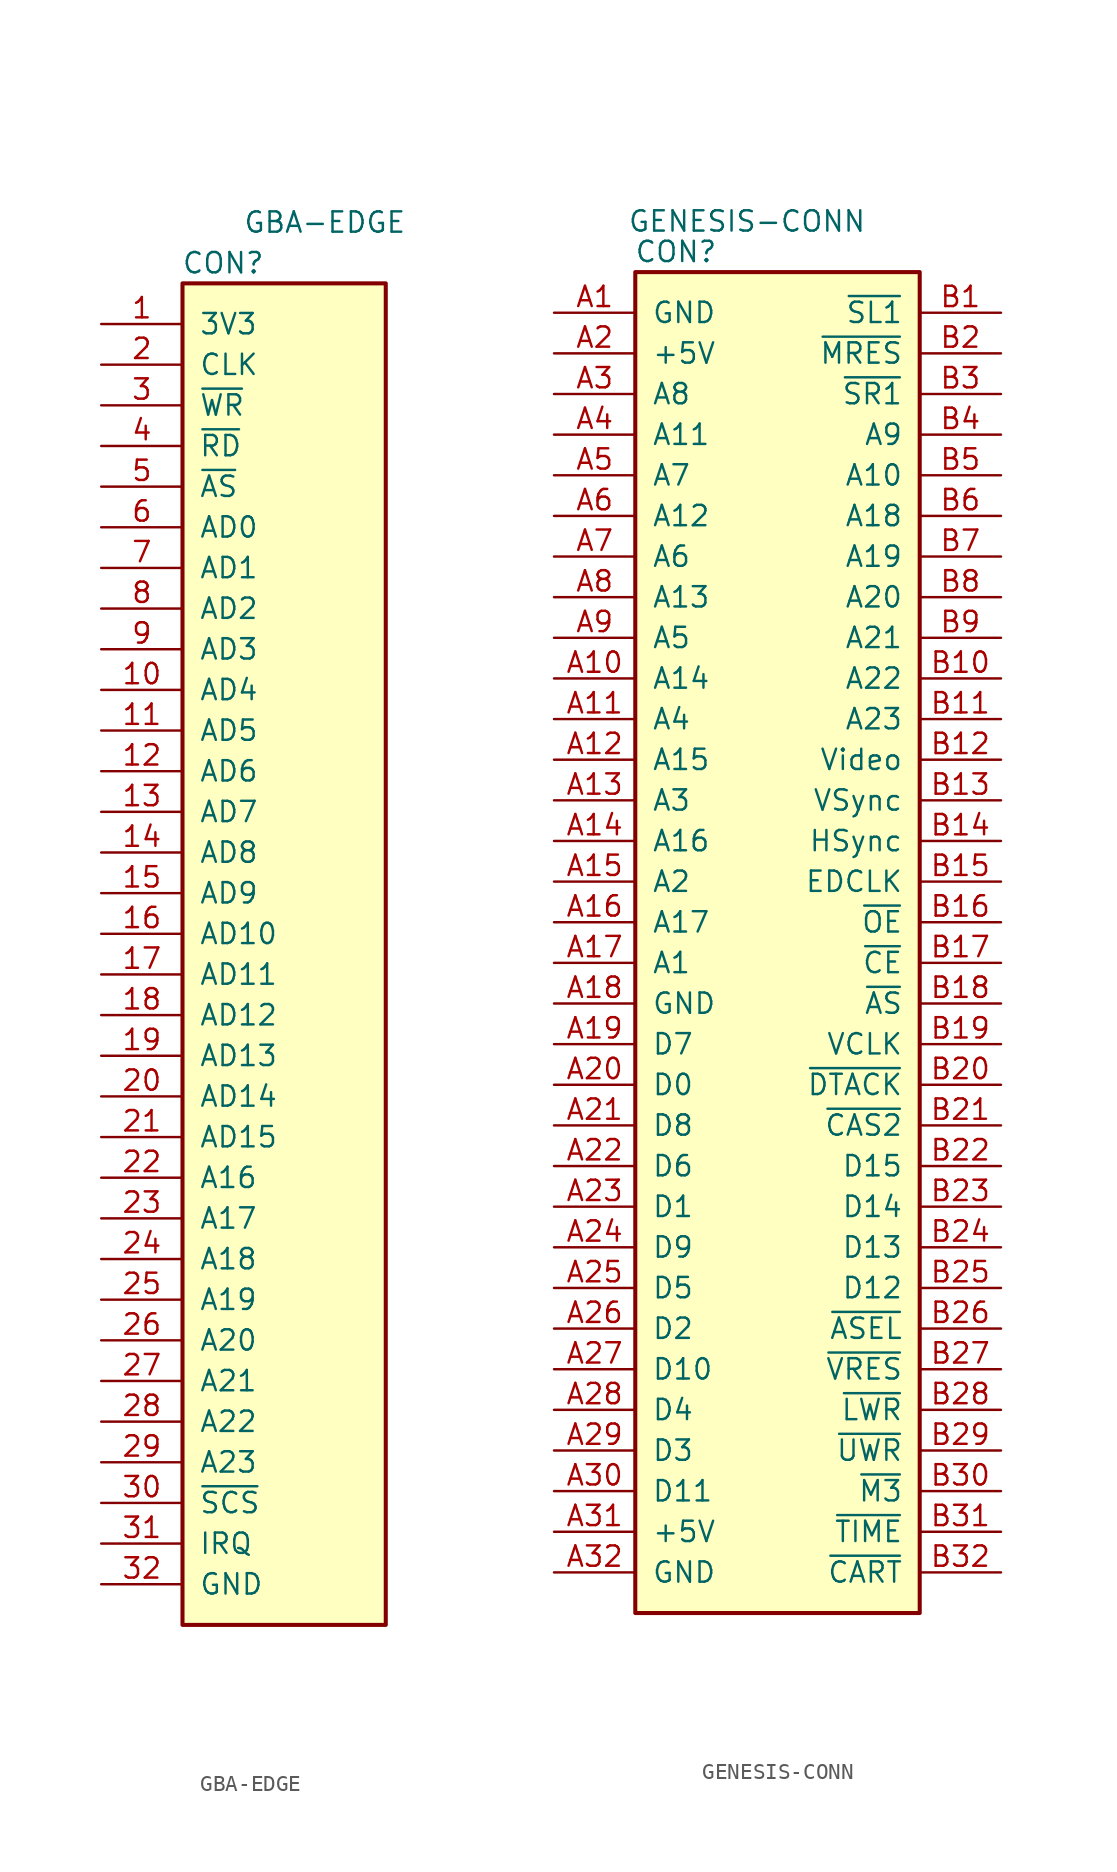
<source format=kicad_sym>
(kicad_symbol_lib
  (version 20220914)
  (generator kicad_symbol_editor)
  (symbol "GBA-EDGE"
    (pin_names
      (offset 1.016))
    (property "Reference" "CON"
      (at 2.54 1.27 0)
      (effects (font (size 1.27 1.27))))
    (property "Value" "GBA-EDGE"
      (at 8.89 3.81 0)
      (effects (font (size 1.27 1.27))))
    (property "Supplier Number" ""
      (at 0 0 0)
      (effects (font (size 1.27 1.27))))
    (symbol "GBA-EDGE_0_1"
      (rectangle (start 0 0) (end 12.7 -83.82) (stroke (width 0.254) (type default)) (fill (type background))))
    (symbol "GBA-EDGE_1_1"
      (pin power_in line (at -5.08 -2.54 0) (length 5.08) (name "3V3" (effects (font (size 1.27 1.27)))) (number "1" (effects (font (size 1.27 1.27)))))
      (pin bidirectional line (at -5.08 -25.4 0) (length 5.08) (name "AD4" (effects (font (size 1.27 1.27)))) (number "10" (effects (font (size 1.27 1.27)))))
      (pin bidirectional line (at -5.08 -27.94 0) (length 5.08) (name "AD5" (effects (font (size 1.27 1.27)))) (number "11" (effects (font (size 1.27 1.27)))))
      (pin bidirectional line (at -5.08 -30.48 0) (length 5.08) (name "AD6" (effects (font (size 1.27 1.27)))) (number "12" (effects (font (size 1.27 1.27)))))
      (pin bidirectional line (at -5.08 -33.02 0) (length 5.08) (name "AD7" (effects (font (size 1.27 1.27)))) (number "13" (effects (font (size 1.27 1.27)))))
      (pin bidirectional line (at -5.08 -35.56 0) (length 5.08) (name "AD8" (effects (font (size 1.27 1.27)))) (number "14" (effects (font (size 1.27 1.27)))))
      (pin bidirectional line (at -5.08 -38.1 0) (length 5.08) (name "AD9" (effects (font (size 1.27 1.27)))) (number "15" (effects (font (size 1.27 1.27)))))
      (pin bidirectional line (at -5.08 -40.64 0) (length 5.08) (name "AD10" (effects (font (size 1.27 1.27)))) (number "16" (effects (font (size 1.27 1.27)))))
      (pin bidirectional line (at -5.08 -43.18 0) (length 5.08) (name "AD11" (effects (font (size 1.27 1.27)))) (number "17" (effects (font (size 1.27 1.27)))))
      (pin bidirectional line (at -5.08 -45.72 0) (length 5.08) (name "AD12" (effects (font (size 1.27 1.27)))) (number "18" (effects (font (size 1.27 1.27)))))
      (pin bidirectional line (at -5.08 -48.26 0) (length 5.08) (name "AD13" (effects (font (size 1.27 1.27)))) (number "19" (effects (font (size 1.27 1.27)))))
      (pin input line (at -5.08 -5.08 0) (length 5.08) (name "CLK" (effects (font (size 1.27 1.27)))) (number "2" (effects (font (size 1.27 1.27)))))
      (pin bidirectional line (at -5.08 -50.8 0) (length 5.08) (name "AD14" (effects (font (size 1.27 1.27)))) (number "20" (effects (font (size 1.27 1.27)))))
      (pin bidirectional line (at -5.08 -53.34 0) (length 5.08) (name "AD15" (effects (font (size 1.27 1.27)))) (number "21" (effects (font (size 1.27 1.27)))))
      (pin input line (at -5.08 -55.88 0) (length 5.08) (name "A16" (effects (font (size 1.27 1.27)))) (number "22" (effects (font (size 1.27 1.27)))))
      (pin input line (at -5.08 -58.42 0) (length 5.08) (name "A17" (effects (font (size 1.27 1.27)))) (number "23" (effects (font (size 1.27 1.27)))))
      (pin input line (at -5.08 -60.96 0) (length 5.08) (name "A18" (effects (font (size 1.27 1.27)))) (number "24" (effects (font (size 1.27 1.27)))))
      (pin input line (at -5.08 -63.5 0) (length 5.08) (name "A19" (effects (font (size 1.27 1.27)))) (number "25" (effects (font (size 1.27 1.27)))))
      (pin input line (at -5.08 -66.04 0) (length 5.08) (name "A20" (effects (font (size 1.27 1.27)))) (number "26" (effects (font (size 1.27 1.27)))))
      (pin input line (at -5.08 -68.58 0) (length 5.08) (name "A21" (effects (font (size 1.27 1.27)))) (number "27" (effects (font (size 1.27 1.27)))))
      (pin input line (at -5.08 -71.12 0) (length 5.08) (name "A22" (effects (font (size 1.27 1.27)))) (number "28" (effects (font (size 1.27 1.27)))))
      (pin input line (at -5.08 -73.66 0) (length 5.08) (name "A23" (effects (font (size 1.27 1.27)))) (number "29" (effects (font (size 1.27 1.27)))))
      (pin input line (at -5.08 -7.62 0) (length 5.08) (name "~{WR}" (effects (font (size 1.27 1.27)))) (number "3" (effects (font (size 1.27 1.27)))))
      (pin input line (at -5.08 -76.2 0) (length 5.08) (name "~{SCS}" (effects (font (size 1.27 1.27)))) (number "30" (effects (font (size 1.27 1.27)))))
      (pin input line (at -5.08 -78.74 0) (length 5.08) (name "IRQ" (effects (font (size 1.27 1.27)))) (number "31" (effects (font (size 1.27 1.27)))))
      (pin power_in line (at -5.08 -81.28 0) (length 5.08) (name "GND" (effects (font (size 1.27 1.27)))) (number "32" (effects (font (size 1.27 1.27)))))
      (pin input line (at -5.08 -10.16 0) (length 5.08) (name "~{RD}" (effects (font (size 1.27 1.27)))) (number "4" (effects (font (size 1.27 1.27)))))
      (pin input line (at -5.08 -12.7 0) (length 5.08) (name "~{AS}" (effects (font (size 1.27 1.27)))) (number "5" (effects (font (size 1.27 1.27)))))
      (pin bidirectional line (at -5.08 -15.24 0) (length 5.08) (name "AD0" (effects (font (size 1.27 1.27)))) (number "6" (effects (font (size 1.27 1.27)))))
      (pin bidirectional line (at -5.08 -17.78 0) (length 5.08) (name "AD1" (effects (font (size 1.27 1.27)))) (number "7" (effects (font (size 1.27 1.27)))))
      (pin bidirectional line (at -5.08 -20.32 0) (length 5.08) (name "AD2" (effects (font (size 1.27 1.27)))) (number "8" (effects (font (size 1.27 1.27)))))
      (pin bidirectional line (at -5.08 -22.86 0) (length 5.08) (name "AD3" (effects (font (size 1.27 1.27)))) (number "9" (effects (font (size 1.27 1.27)))))))
  (symbol "GENESIS-CONN"
    (pin_names
      (offset 1.016))
    (property "Reference" "CON"
      (at 2.54 1.27 0)
      (effects (font (size 1.27 1.27))))
    (property "Value" "GENESIS-CONN"
      (at 6.985 3.175 0)
      (effects (font (size 1.27 1.27))))
    (symbol "GENESIS-CONN_0_1"
      (rectangle (start 0 0) (end 17.78 -83.82) (stroke (width 0.254) (type default)) (fill (type background))))
    (symbol "GENESIS-CONN_1_1"
      (pin passive line (at -5.08 -2.54 0) (length 5.08) (name "GND" (effects (font (size 1.27 1.27)))) (number "A1" (effects (font (size 1.27 1.27)))))
      (pin passive line (at -5.08 -25.4 0) (length 5.08) (name "A14" (effects (font (size 1.27 1.27)))) (number "A10" (effects (font (size 1.27 1.27)))))
      (pin passive line (at -5.08 -27.94 0) (length 5.08) (name "A4" (effects (font (size 1.27 1.27)))) (number "A11" (effects (font (size 1.27 1.27)))))
      (pin passive line (at -5.08 -30.48 0) (length 5.08) (name "A15" (effects (font (size 1.27 1.27)))) (number "A12" (effects (font (size 1.27 1.27)))))
      (pin passive line (at -5.08 -33.02 0) (length 5.08) (name "A3" (effects (font (size 1.27 1.27)))) (number "A13" (effects (font (size 1.27 1.27)))))
      (pin passive line (at -5.08 -35.56 0) (length 5.08) (name "A16" (effects (font (size 1.27 1.27)))) (number "A14" (effects (font (size 1.27 1.27)))))
      (pin passive line (at -5.08 -38.1 0) (length 5.08) (name "A2" (effects (font (size 1.27 1.27)))) (number "A15" (effects (font (size 1.27 1.27)))))
      (pin passive line (at -5.08 -40.64 0) (length 5.08) (name "A17" (effects (font (size 1.27 1.27)))) (number "A16" (effects (font (size 1.27 1.27)))))
      (pin passive line (at -5.08 -43.18 0) (length 5.08) (name "A1" (effects (font (size 1.27 1.27)))) (number "A17" (effects (font (size 1.27 1.27)))))
      (pin passive line (at -5.08 -45.72 0) (length 5.08) (name "GND" (effects (font (size 1.27 1.27)))) (number "A18" (effects (font (size 1.27 1.27)))))
      (pin passive line (at -5.08 -48.26 0) (length 5.08) (name "D7" (effects (font (size 1.27 1.27)))) (number "A19" (effects (font (size 1.27 1.27)))))
      (pin passive line (at -5.08 -5.08 0) (length 5.08) (name "+5V" (effects (font (size 1.27 1.27)))) (number "A2" (effects (font (size 1.27 1.27)))))
      (pin passive line (at -5.08 -50.8 0) (length 5.08) (name "D0" (effects (font (size 1.27 1.27)))) (number "A20" (effects (font (size 1.27 1.27)))))
      (pin passive line (at -5.08 -53.34 0) (length 5.08) (name "D8" (effects (font (size 1.27 1.27)))) (number "A21" (effects (font (size 1.27 1.27)))))
      (pin passive line (at -5.08 -55.88 0) (length 5.08) (name "D6" (effects (font (size 1.27 1.27)))) (number "A22" (effects (font (size 1.27 1.27)))))
      (pin passive line (at -5.08 -58.42 0) (length 5.08) (name "D1" (effects (font (size 1.27 1.27)))) (number "A23" (effects (font (size 1.27 1.27)))))
      (pin passive line (at -5.08 -60.96 0) (length 5.08) (name "D9" (effects (font (size 1.27 1.27)))) (number "A24" (effects (font (size 1.27 1.27)))))
      (pin passive line (at -5.08 -63.5 0) (length 5.08) (name "D5" (effects (font (size 1.27 1.27)))) (number "A25" (effects (font (size 1.27 1.27)))))
      (pin passive line (at -5.08 -66.04 0) (length 5.08) (name "D2" (effects (font (size 1.27 1.27)))) (number "A26" (effects (font (size 1.27 1.27)))))
      (pin passive line (at -5.08 -68.58 0) (length 5.08) (name "D10" (effects (font (size 1.27 1.27)))) (number "A27" (effects (font (size 1.27 1.27)))))
      (pin passive line (at -5.08 -71.12 0) (length 5.08) (name "D4" (effects (font (size 1.27 1.27)))) (number "A28" (effects (font (size 1.27 1.27)))))
      (pin passive line (at -5.08 -73.66 0) (length 5.08) (name "D3" (effects (font (size 1.27 1.27)))) (number "A29" (effects (font (size 1.27 1.27)))))
      (pin passive line (at -5.08 -7.62 0) (length 5.08) (name "A8" (effects (font (size 1.27 1.27)))) (number "A3" (effects (font (size 1.27 1.27)))))
      (pin passive line (at -5.08 -76.2 0) (length 5.08) (name "D11" (effects (font (size 1.27 1.27)))) (number "A30" (effects (font (size 1.27 1.27)))))
      (pin passive line (at -5.08 -78.74 0) (length 5.08) (name "+5V" (effects (font (size 1.27 1.27)))) (number "A31" (effects (font (size 1.27 1.27)))))
      (pin passive line (at -5.08 -81.28 0) (length 5.08) (name "GND" (effects (font (size 1.27 1.27)))) (number "A32" (effects (font (size 1.27 1.27)))))
      (pin passive line (at -5.08 -10.16 0) (length 5.08) (name "A11" (effects (font (size 1.27 1.27)))) (number "A4" (effects (font (size 1.27 1.27)))))
      (pin passive line (at -5.08 -12.7 0) (length 5.08) (name "A7" (effects (font (size 1.27 1.27)))) (number "A5" (effects (font (size 1.27 1.27)))))
      (pin passive line (at -5.08 -15.24 0) (length 5.08) (name "A12" (effects (font (size 1.27 1.27)))) (number "A6" (effects (font (size 1.27 1.27)))))
      (pin passive line (at -5.08 -17.78 0) (length 5.08) (name "A6" (effects (font (size 1.27 1.27)))) (number "A7" (effects (font (size 1.27 1.27)))))
      (pin passive line (at -5.08 -20.32 0) (length 5.08) (name "A13" (effects (font (size 1.27 1.27)))) (number "A8" (effects (font (size 1.27 1.27)))))
      (pin passive line (at -5.08 -22.86 0) (length 5.08) (name "A5" (effects (font (size 1.27 1.27)))) (number "A9" (effects (font (size 1.27 1.27)))))
      (pin passive line (at 22.86 -2.54 180) (length 5.08) (name "~{SL1}" (effects (font (size 1.27 1.27)))) (number "B1" (effects (font (size 1.27 1.27)))))
      (pin passive line (at 22.86 -25.4 180) (length 5.08) (name "A22" (effects (font (size 1.27 1.27)))) (number "B10" (effects (font (size 1.27 1.27)))))
      (pin passive line (at 22.86 -27.94 180) (length 5.08) (name "A23" (effects (font (size 1.27 1.27)))) (number "B11" (effects (font (size 1.27 1.27)))))
      (pin passive line (at 22.86 -30.48 180) (length 5.08) (name "Video" (effects (font (size 1.27 1.27)))) (number "B12" (effects (font (size 1.27 1.27)))))
      (pin passive line (at 22.86 -33.02 180) (length 5.08) (name "VSync" (effects (font (size 1.27 1.27)))) (number "B13" (effects (font (size 1.27 1.27)))))
      (pin passive line (at 22.86 -35.56 180) (length 5.08) (name "HSync" (effects (font (size 1.27 1.27)))) (number "B14" (effects (font (size 1.27 1.27)))))
      (pin passive line (at 22.86 -38.1 180) (length 5.08) (name "EDCLK" (effects (font (size 1.27 1.27)))) (number "B15" (effects (font (size 1.27 1.27)))))
      (pin passive line (at 22.86 -40.64 180) (length 5.08) (name "~{OE}" (effects (font (size 1.27 1.27)))) (number "B16" (effects (font (size 1.27 1.27)))))
      (pin passive line (at 22.86 -43.18 180) (length 5.08) (name "~{CE}" (effects (font (size 1.27 1.27)))) (number "B17" (effects (font (size 1.27 1.27)))))
      (pin passive line (at 22.86 -45.72 180) (length 5.08) (name "~{AS}" (effects (font (size 1.27 1.27)))) (number "B18" (effects (font (size 1.27 1.27)))))
      (pin passive line (at 22.86 -48.26 180) (length 5.08) (name "VCLK" (effects (font (size 1.27 1.27)))) (number "B19" (effects (font (size 1.27 1.27)))))
      (pin passive line (at 22.86 -5.08 180) (length 5.08) (name "~{MRES}" (effects (font (size 1.27 1.27)))) (number "B2" (effects (font (size 1.27 1.27)))))
      (pin passive line (at 22.86 -50.8 180) (length 5.08) (name "~{DTACK}" (effects (font (size 1.27 1.27)))) (number "B20" (effects (font (size 1.27 1.27)))))
      (pin passive line (at 22.86 -53.34 180) (length 5.08) (name "~{CAS2}" (effects (font (size 1.27 1.27)))) (number "B21" (effects (font (size 1.27 1.27)))))
      (pin passive line (at 22.86 -55.88 180) (length 5.08) (name "D15" (effects (font (size 1.27 1.27)))) (number "B22" (effects (font (size 1.27 1.27)))))
      (pin passive line (at 22.86 -58.42 180) (length 5.08) (name "D14" (effects (font (size 1.27 1.27)))) (number "B23" (effects (font (size 1.27 1.27)))))
      (pin passive line (at 22.86 -60.96 180) (length 5.08) (name "D13" (effects (font (size 1.27 1.27)))) (number "B24" (effects (font (size 1.27 1.27)))))
      (pin passive line (at 22.86 -63.5 180) (length 5.08) (name "D12" (effects (font (size 1.27 1.27)))) (number "B25" (effects (font (size 1.27 1.27)))))
      (pin passive line (at 22.86 -66.04 180) (length 5.08) (name "~{ASEL}" (effects (font (size 1.27 1.27)))) (number "B26" (effects (font (size 1.27 1.27)))))
      (pin passive line (at 22.86 -68.58 180) (length 5.08) (name "~{VRES}" (effects (font (size 1.27 1.27)))) (number "B27" (effects (font (size 1.27 1.27)))))
      (pin passive line (at 22.86 -71.12 180) (length 5.08) (name "~{LWR}" (effects (font (size 1.27 1.27)))) (number "B28" (effects (font (size 1.27 1.27)))))
      (pin passive line (at 22.86 -73.66 180) (length 5.08) (name "~{UWR}" (effects (font (size 1.27 1.27)))) (number "B29" (effects (font (size 1.27 1.27)))))
      (pin passive line (at 22.86 -7.62 180) (length 5.08) (name "~{SR1}" (effects (font (size 1.27 1.27)))) (number "B3" (effects (font (size 1.27 1.27)))))
      (pin passive line (at 22.86 -76.2 180) (length 5.08) (name "~{M3}" (effects (font (size 1.27 1.27)))) (number "B30" (effects (font (size 1.27 1.27)))))
      (pin passive line (at 22.86 -78.74 180) (length 5.08) (name "~{TIME}" (effects (font (size 1.27 1.27)))) (number "B31" (effects (font (size 1.27 1.27)))))
      (pin passive line (at 22.86 -81.28 180) (length 5.08) (name "~{CART}" (effects (font (size 1.27 1.27)))) (number "B32" (effects (font (size 1.27 1.27)))))
      (pin passive line (at 22.86 -10.16 180) (length 5.08) (name "A9" (effects (font (size 1.27 1.27)))) (number "B4" (effects (font (size 1.27 1.27)))))
      (pin passive line (at 22.86 -12.7 180) (length 5.08) (name "A10" (effects (font (size 1.27 1.27)))) (number "B5" (effects (font (size 1.27 1.27)))))
      (pin passive line (at 22.86 -15.24 180) (length 5.08) (name "A18" (effects (font (size 1.27 1.27)))) (number "B6" (effects (font (size 1.27 1.27)))))
      (pin passive line (at 22.86 -17.78 180) (length 5.08) (name "A19" (effects (font (size 1.27 1.27)))) (number "B7" (effects (font (size 1.27 1.27)))))
      (pin passive line (at 22.86 -20.32 180) (length 5.08) (name "A20" (effects (font (size 1.27 1.27)))) (number "B8" (effects (font (size 1.27 1.27)))))
      (pin passive line (at 22.86 -22.86 180) (length 5.08) (name "A21" (effects (font (size 1.27 1.27)))) (number "B9" (effects (font (size 1.27 1.27))))))))
</source>
